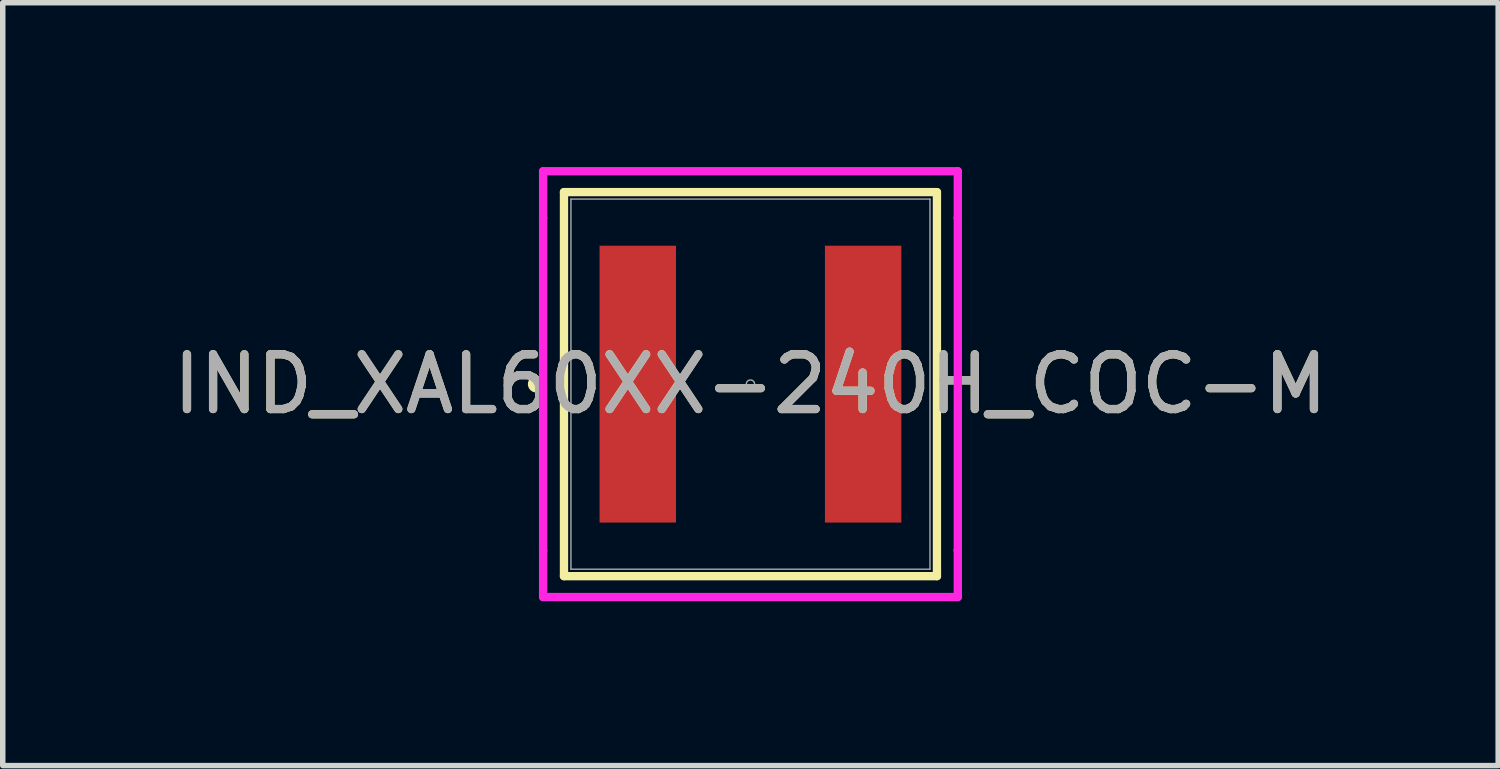
<source format=kicad_pcb>
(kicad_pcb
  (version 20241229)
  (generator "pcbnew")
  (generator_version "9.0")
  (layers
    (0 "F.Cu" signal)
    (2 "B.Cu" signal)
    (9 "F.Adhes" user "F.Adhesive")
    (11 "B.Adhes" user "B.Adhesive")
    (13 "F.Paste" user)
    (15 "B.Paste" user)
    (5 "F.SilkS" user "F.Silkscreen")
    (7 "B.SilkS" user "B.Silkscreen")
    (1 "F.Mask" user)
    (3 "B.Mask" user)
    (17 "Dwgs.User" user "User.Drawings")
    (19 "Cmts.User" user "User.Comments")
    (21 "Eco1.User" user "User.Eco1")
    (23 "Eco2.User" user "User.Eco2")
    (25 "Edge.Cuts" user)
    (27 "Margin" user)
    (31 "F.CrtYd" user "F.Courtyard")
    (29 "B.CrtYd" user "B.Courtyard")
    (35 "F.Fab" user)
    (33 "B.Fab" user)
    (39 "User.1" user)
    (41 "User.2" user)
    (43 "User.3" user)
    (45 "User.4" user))
  (footprint "IND_XAL60XX-240H_COC-M"
    (layer "F.Cu")
    (at 10.649 3.962)
    (property "Reference" "IND_XAL60XX-240H_COC-M" (at 0 0 0) (unlocked yes) (layer "F.SilkS") (effects (font (size 1 1) (thickness 0.15))))
    (attr smd)
    (fp_line (start -3.404 -3.505) (end -3.404 3.505) (stroke (width 0.152) (type solid)) (layer "F.SilkS"))
    (fp_line (start -3.404 3.505) (end 3.404 3.505) (stroke (width 0.152) (type solid)) (layer "F.SilkS"))
    (fp_line (start 3.404 -3.505) (end -3.404 -3.505) (stroke (width 0.152) (type solid)) (layer "F.SilkS"))
    (fp_line (start 3.404 3.505) (end 3.404 -3.505) (stroke (width 0.152) (type solid)) (layer "F.SilkS"))
    (fp_circle (center -3.911 0) (end -3.835 0) (stroke (width 0.152) (type solid)) (fill no) (layer "F.SilkS"))
    (fp_line (start -3.785 -3.886) (end 3.785 -3.886) (stroke (width 0.152) (type solid)) (layer "F.CrtYd"))
    (fp_line (start -3.785 -3.035) (end -3.785 -3.886) (stroke (width 0.152) (type solid)) (layer "F.CrtYd"))
    (fp_line (start -3.785 -3.035) (end -3.785 -3.035) (stroke (width 0.152) (type solid)) (layer "F.CrtYd"))
    (fp_line (start -3.785 3.035) (end -3.785 -3.035) (stroke (width 0.152) (type solid)) (layer "F.CrtYd"))
    (fp_line (start -3.785 3.035) (end -3.785 3.035) (stroke (width 0.152) (type solid)) (layer "F.CrtYd"))
    (fp_line (start -3.785 3.886) (end -3.785 3.035) (stroke (width 0.152) (type solid)) (layer "F.CrtYd"))
    (fp_line (start 3.785 -3.886) (end 3.785 -3.035) (stroke (width 0.152) (type solid)) (layer "F.CrtYd"))
    (fp_line (start 3.785 -3.035) (end 3.785 -3.035) (stroke (width 0.152) (type solid)) (layer "F.CrtYd"))
    (fp_line (start 3.785 -3.035) (end 3.785 3.035) (stroke (width 0.152) (type solid)) (layer "F.CrtYd"))
    (fp_line (start 3.785 3.035) (end 3.785 3.035) (stroke (width 0.152) (type solid)) (layer "F.CrtYd"))
    (fp_line (start 3.785 3.035) (end 3.785 3.886) (stroke (width 0.152) (type solid)) (layer "F.CrtYd"))
    (fp_line (start 3.785 3.886) (end -3.785 3.886) (stroke (width 0.152) (type solid)) (layer "F.CrtYd"))
    (fp_line (start -3.277 -3.378) (end -3.277 3.378) (stroke (width 0.025) (type solid)) (layer "F.Fab"))
    (fp_line (start -3.277 3.378) (end 3.277 3.378) (stroke (width 0.025) (type solid)) (layer "F.Fab"))
    (fp_line (start 3.277 -3.378) (end -3.277 -3.378) (stroke (width 0.025) (type solid)) (layer "F.Fab"))
    (fp_line (start 3.277 3.378) (end 3.277 -3.378) (stroke (width 0.025) (type solid)) (layer "F.Fab"))
    (fp_circle (center 0 0) (end 0.076 0) (stroke (width 0.025) (type solid)) (fill no) (layer "F.Fab"))
    (fp_text user "${REFERENCE}" (at 0 0 0) (unlocked yes) (layer "F.Fab") (effects (font (size 1 1) (thickness 0.15))))
    (pad "1" smd rect (at -2.057 0) (size 1.395 5.054) (layers "F.Cu" "F.Mask" "F.Paste"))
    (pad "2" smd rect (at 2.057 0) (size 1.395 5.054) (layers "F.Cu" "F.Mask" "F.Paste")))
  (gr_rect
    (start -3 -3)
    (end 24.298 10.925)
    (stroke (width 0.1) (type default))
    (fill no)
    (layer "Edge.Cuts")))
</source>
